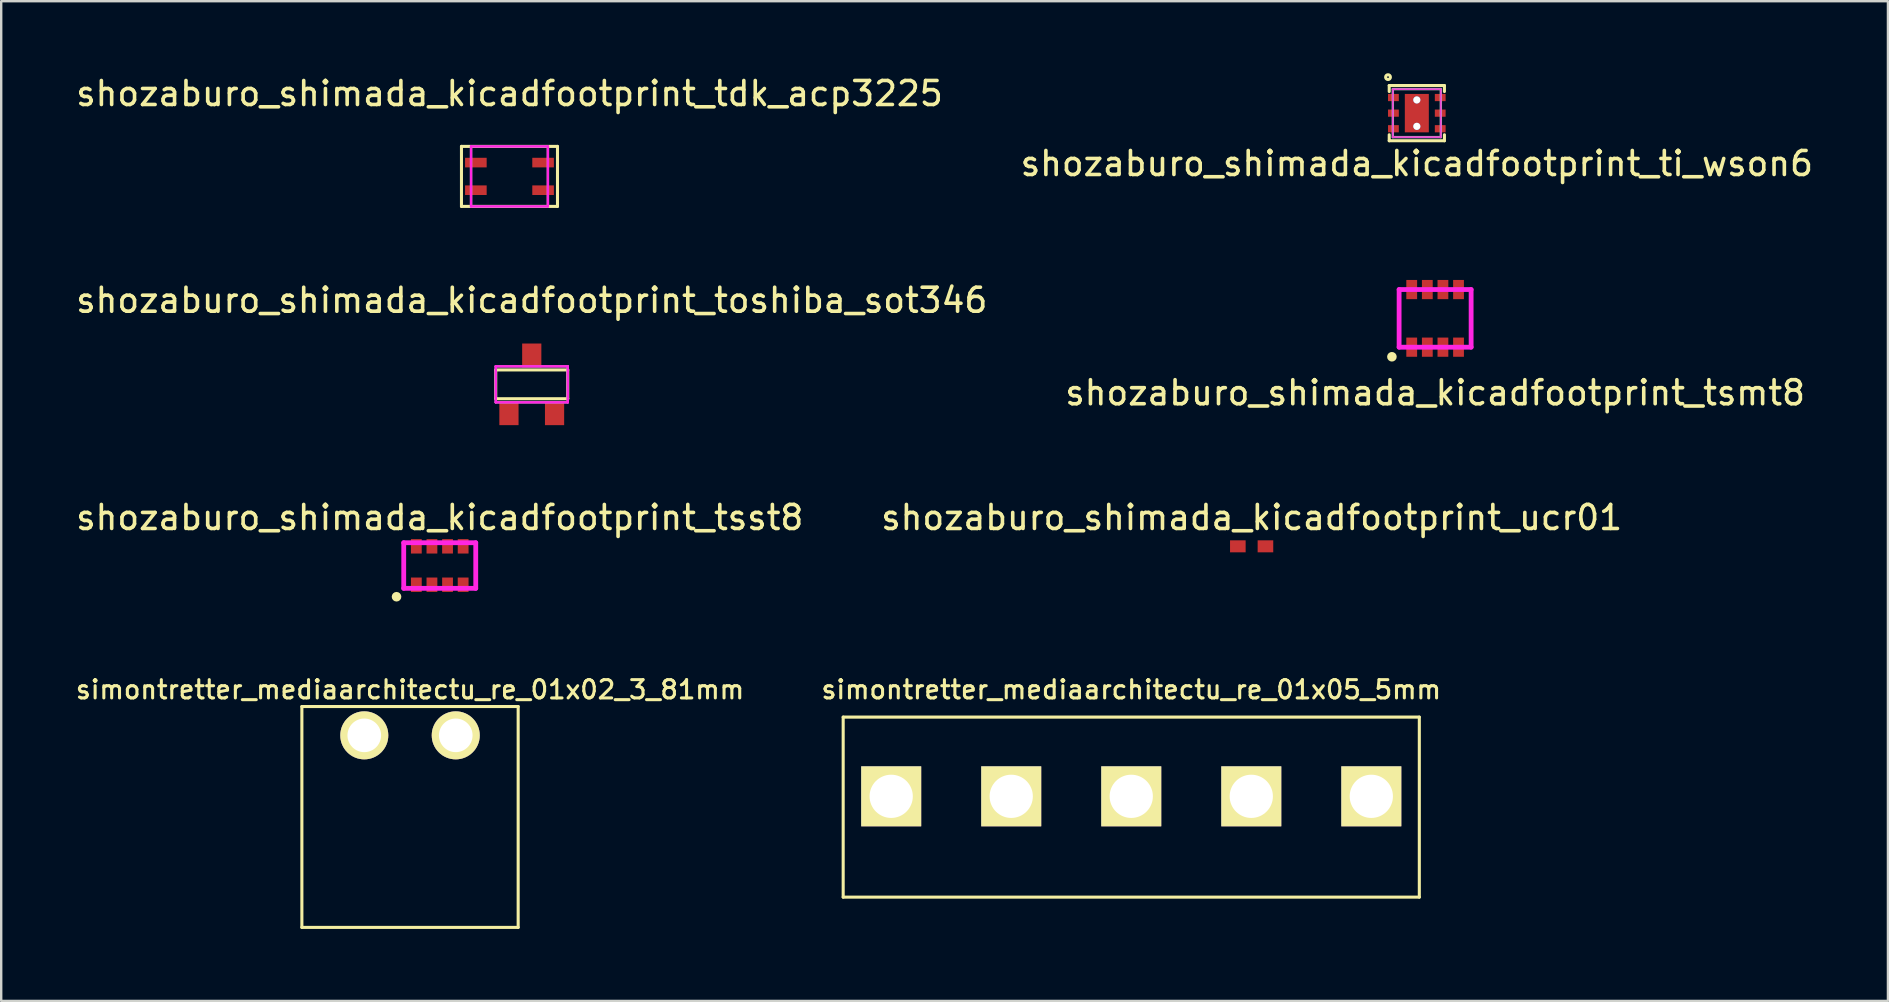
<source format=kicad_pcb>
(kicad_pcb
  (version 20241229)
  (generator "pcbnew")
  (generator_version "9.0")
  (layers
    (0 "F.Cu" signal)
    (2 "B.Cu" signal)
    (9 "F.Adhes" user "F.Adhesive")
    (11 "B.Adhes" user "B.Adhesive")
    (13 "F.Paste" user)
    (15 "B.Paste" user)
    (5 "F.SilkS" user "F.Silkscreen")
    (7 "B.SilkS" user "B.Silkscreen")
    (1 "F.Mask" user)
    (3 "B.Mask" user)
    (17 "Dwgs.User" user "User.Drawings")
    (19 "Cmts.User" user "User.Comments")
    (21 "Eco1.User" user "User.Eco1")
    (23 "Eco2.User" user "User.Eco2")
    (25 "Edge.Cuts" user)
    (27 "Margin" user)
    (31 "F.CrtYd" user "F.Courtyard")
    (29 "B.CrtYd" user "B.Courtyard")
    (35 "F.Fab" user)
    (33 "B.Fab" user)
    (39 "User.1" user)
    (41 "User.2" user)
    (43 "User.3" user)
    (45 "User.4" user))
  (footprint "shozaburo_shimada_kicadfootprint_tsst8"
    (layer "F.Cu")
    (at 15.268 20.508)
    (property "Reference" "shozaburo_shimada_kicadfootprint_tsst8" (at 0 -2 0) (layer "F.SilkS") (effects (font (size 1 1) (thickness 0.15))))
    (attr smd)
    (fp_circle (center -1.8 1.3) (end -1.8 1.4) (stroke (width 0.2) (type solid)) (fill no) (layer "F.SilkS"))
    (fp_line (start -1.5 -0.95) (end 1.5 -0.95) (stroke (width 0.2) (type solid)) (layer "F.CrtYd"))
    (fp_line (start -1.5 0.95) (end -1.5 -0.95) (stroke (width 0.2) (type solid)) (layer "F.CrtYd"))
    (fp_line (start 1.5 -0.95) (end 1.5 0.95) (stroke (width 0.2) (type solid)) (layer "F.CrtYd"))
    (fp_line (start 1.5 0.95) (end -1.5 0.95) (stroke (width 0.2) (type solid)) (layer "F.CrtYd"))
    (pad "1" smd rect (at -0.975 0.8) (size 0.45 0.6) (layers "F.Cu" "F.Mask" "F.Paste"))
    (pad "2" smd rect (at -0.325 0.8) (size 0.45 0.6) (layers "F.Cu" "F.Mask" "F.Paste"))
    (pad "3" smd rect (at 0.325 0.8) (size 0.45 0.6) (layers "F.Cu" "F.Mask" "F.Paste"))
    (pad "4" smd rect (at 0.975 0.8) (size 0.45 0.6) (layers "F.Cu" "F.Mask" "F.Paste"))
    (pad "5" smd rect (at 0.975 -0.8) (size 0.45 0.6) (layers "F.Cu" "F.Mask" "F.Paste"))
    (pad "6" smd rect (at 0.325 -0.8) (size 0.45 0.6) (layers "F.Cu" "F.Mask" "F.Paste"))
    (pad "7" smd rect (at -0.325 -0.8) (size 0.45 0.6) (layers "F.Cu" "F.Mask" "F.Paste"))
    (pad "8" smd rect (at -0.975 -0.8) (size 0.45 0.6) (layers "F.Cu" "F.Mask" "F.Paste")))
  (footprint "shozaburo_shimada_kicadfootprint_toshiba_sot346"
    (layer "F.Cu")
    (at 19.101 12.96)
    (property "Reference" "shozaburo_shimada_kicadfootprint_toshiba_sot346" (at 0 -3.5 0) (layer "F.SilkS") (effects (font (size 1 1) (thickness 0.15))))
    (attr through_hole)
    (fp_line (start -1.5 -0.6) (end 1.5 -0.6) (stroke (width 0.127) (type solid)) (layer "F.SilkS"))
    (fp_line (start -1.5 0.6) (end -1.5 -0.6) (stroke (width 0.127) (type solid)) (layer "F.SilkS"))
    (fp_line (start 1.5 -0.6) (end 1.5 0.6) (stroke (width 0.127) (type solid)) (layer "F.SilkS"))
    (fp_line (start 1.5 0.6) (end -1.5 0.6) (stroke (width 0.127) (type solid)) (layer "F.SilkS"))
    (fp_line (start -1.5 -0.75) (end 1.5 -0.75) (stroke (width 0.1) (type solid)) (layer "F.CrtYd"))
    (fp_line (start -1.5 0.75) (end -1.5 -0.75) (stroke (width 0.1) (type solid)) (layer "F.CrtYd"))
    (fp_line (start 1.5 -0.75) (end 1.5 0.75) (stroke (width 0.1) (type solid)) (layer "F.CrtYd"))
    (fp_line (start 1.5 0.75) (end -1.5 0.75) (stroke (width 0.1) (type solid)) (layer "F.CrtYd"))
    (fp_line (start -1.5 -0.75) (end 1.5 -0.75) (stroke (width 0.1) (type solid)) (layer "F.Fab"))
    (fp_line (start -1.5 0.75) (end -1.5 -0.75) (stroke (width 0.1) (type solid)) (layer "F.Fab"))
    (fp_line (start 1.5 -0.75) (end 1.5 0.75) (stroke (width 0.1) (type solid)) (layer "F.Fab"))
    (fp_line (start 1.5 0.75) (end -1.5 0.75) (stroke (width 0.1) (type solid)) (layer "F.Fab"))
    (pad "1" smd rect (at -0.95 1.2) (size 0.8 1) (layers "F.Cu" "F.Mask" "F.Paste"))
    (pad "2" smd rect (at 0.95 1.2) (size 0.8 1) (layers "F.Cu" "F.Mask" "F.Paste"))
    (pad "3" smd rect (at 0 -1.2) (size 0.8 1) (layers "F.Cu" "F.Mask" "F.Paste")))
  (footprint "shozaburo_shimada_kicadfootprint_tdk_acp3225"
    (layer "F.Cu")
    (at 18.173 4.298)
    (property "Reference" "shozaburo_shimada_kicadfootprint_tdk_acp3225" (at 0 -3.45 0) (layer "F.SilkS") (effects (font (size 1 1) (thickness 0.15))))
    (attr through_hole)
    (fp_line (start -2 -1.25) (end 2 -1.25) (stroke (width 0.127) (type solid)) (layer "F.SilkS"))
    (fp_line (start -2 1.25) (end -2 -1.25) (stroke (width 0.127) (type solid)) (layer "F.SilkS"))
    (fp_line (start 2 -1.25) (end 2 1.25) (stroke (width 0.127) (type solid)) (layer "F.SilkS"))
    (fp_line (start 2 1.25) (end -2 1.25) (stroke (width 0.127) (type solid)) (layer "F.SilkS"))
    (fp_line (start -1.6 -1.25) (end 1.6 -1.25) (stroke (width 0.1) (type solid)) (layer "F.CrtYd"))
    (fp_line (start -1.6 1.25) (end -1.6 -1.25) (stroke (width 0.1) (type solid)) (layer "F.CrtYd"))
    (fp_line (start 1.6 -1.25) (end 1.6 1.25) (stroke (width 0.1) (type solid)) (layer "F.CrtYd"))
    (fp_line (start 1.6 1.25) (end -1.6 1.25) (stroke (width 0.1) (type solid)) (layer "F.CrtYd"))
    (fp_line (start -1.6 -1.25) (end 1.6 -1.25) (stroke (width 0.1) (type solid)) (layer "F.Fab"))
    (fp_line (start -1.6 1.25) (end -1.6 -1.25) (stroke (width 0.1) (type solid)) (layer "F.Fab"))
    (fp_line (start 1.6 -1.25) (end 1.6 1.25) (stroke (width 0.1) (type solid)) (layer "F.Fab"))
    (fp_line (start 1.6 1.25) (end -1.6 1.25) (stroke (width 0.1) (type solid)) (layer "F.Fab"))
    (pad "1" smd rect (at -1.4 -0.575) (size 0.9 0.4) (layers "F.Cu" "F.Mask" "F.Paste"))
    (pad "2" smd rect (at -1.4 0.575) (size 0.9 0.4) (layers "F.Cu" "F.Mask" "F.Paste"))
    (pad "3" smd rect (at 1.4 0.575) (size 0.9 0.4) (layers "F.Cu" "F.Mask" "F.Paste"))
    (pad "4" smd rect (at 1.4 -0.575) (size 0.9 0.4) (layers "F.Cu" "F.Mask" "F.Paste")))
  (footprint "shozaburo_shimada_kicadfootprint_ti_wson6"
    (layer "F.Cu")
    (at 55.97 1.663)
    (property "Reference" "shozaburo_shimada_kicadfootprint_ti_wson6" (at 0 2.1 0) (layer "F.SilkS") (effects (font (size 1 1) (thickness 0.15))))
    (attr smd)
    (fp_line (start -1.15 -1.15) (end 1.15 -1.15) (stroke (width 0.127) (type solid)) (layer "F.SilkS"))
    (fp_line (start -1.15 -0.9) (end -1.15 -1.15) (stroke (width 0.127) (type solid)) (layer "F.SilkS"))
    (fp_line (start -1.15 1.15) (end -1.15 0.9) (stroke (width 0.127) (type solid)) (layer "F.SilkS"))
    (fp_line (start 1.15 -1.15) (end 1.15 -0.9) (stroke (width 0.127) (type solid)) (layer "F.SilkS"))
    (fp_line (start 1.15 0.9) (end 1.15 1.15) (stroke (width 0.127) (type solid)) (layer "F.SilkS"))
    (fp_line (start 1.15 1.15) (end -1.15 1.15) (stroke (width 0.127) (type solid)) (layer "F.SilkS"))
    (fp_circle (center -1.2 -1.5) (end -1.2 -1.4) (stroke (width 0.127) (type solid)) (fill no) (layer "F.SilkS"))
    (fp_line (start -1 -1) (end 1 -1) (stroke (width 0.05) (type solid)) (layer "F.CrtYd"))
    (fp_line (start -1 1) (end -1 -1) (stroke (width 0.05) (type solid)) (layer "F.CrtYd"))
    (fp_line (start 1 -1) (end 1 1) (stroke (width 0.05) (type solid)) (layer "F.CrtYd"))
    (fp_line (start 1 1) (end -1 1) (stroke (width 0.05) (type solid)) (layer "F.CrtYd"))
    (fp_line (start -1 -1) (end -1 1) (stroke (width 0.1) (type solid)) (layer "F.Fab"))
    (fp_line (start -1 1) (end 1 1) (stroke (width 0.1) (type solid)) (layer "F.Fab"))
    (fp_line (start 1 -1) (end -1 -1) (stroke (width 0.1) (type solid)) (layer "F.Fab"))
    (fp_line (start 1 1) (end 1 -1) (stroke (width 0.1) (type solid)) (layer "F.Fab"))
    (pad "1" smd rect (at -0.975 -0.65) (size 0.45 0.3) (layers "F.Cu" "F.Mask" "F.Paste"))
    (pad "2" smd rect (at -0.975 0) (size 0.45 0.3) (layers "F.Cu" "F.Mask" "F.Paste"))
    (pad "3" smd rect (at -0.975 0.65) (size 0.45 0.3) (layers "F.Cu" "F.Mask" "F.Paste"))
    (pad "4" smd rect (at 0.975 0.65) (size 0.45 0.3) (layers "F.Cu" "F.Mask" "F.Paste"))
    (pad "5" smd rect (at 0.975 0) (size 0.45 0.3) (layers "F.Cu" "F.Mask" "F.Paste"))
    (pad "6" smd rect (at 0.975 -0.65) (size 0.45 0.3) (layers "F.Cu" "F.Mask" "F.Paste"))
    (pad "7" thru_hole circle (at 0 -0.55) (size 0.3 0.3) (drill 0.3) (layers "*.Cu" "*.Mask"))
    (pad "7" smd rect (at 0 0) (size 1 1.6) (layers "F.Cu" "F.Mask" "F.Paste"))
    (pad "7" thru_hole circle (at 0 0.55) (size 0.3 0.3) (drill 0.3) (layers "*.Cu" "*.Mask")))
  (footprint "simontretter_mediaarchitectu_re_01x05_5mm"
    (layer "F.Cu")
    (at 44.074 30.122)
    (property "Reference" "simontretter_mediaarchitectu_re_01x05_5mm" (at 0 -4.445 180) (layer "F.SilkS") (effects (font (size 0.762 0.762) (thickness 0.127))))
    (attr through_hole)
    (fp_line (start -12 -3.3) (end 12 -3.3) (stroke (width 0.128) (type solid)) (layer "F.SilkS"))
    (fp_line (start -12 4.2) (end -12 -3.3) (stroke (width 0.128) (type solid)) (layer "F.SilkS"))
    (fp_line (start 12 -3.3) (end 12 4.2) (stroke (width 0.128) (type solid)) (layer "F.SilkS"))
    (fp_line (start 12 4.2) (end -12 4.2) (stroke (width 0.128) (type solid)) (layer "F.SilkS"))
    (pad "1" thru_hole rect (at -10 0) (size 2.499 2.499) (drill 1.801) (layers "*.Cu" "*.Mask" "F.SilkS"))
    (pad "2" thru_hole rect (at -5 0) (size 2.499 2.499) (drill 1.801) (layers "*.Cu" "*.Mask" "F.SilkS"))
    (pad "3" thru_hole rect (at 0 0) (size 2.499 2.499) (drill 1.801) (layers "*.Cu" "*.Mask" "F.SilkS"))
    (pad "4" thru_hole rect (at 5 0) (size 2.499 2.499) (drill 1.801) (layers "*.Cu" "*.Mask" "F.SilkS"))
    (pad "5" thru_hole rect (at 10 0) (size 2.499 2.499) (drill 1.801) (layers "*.Cu" "*.Mask" "F.SilkS")))
  (footprint "simontretter_mediaarchitectu_re_01x02_3_81mm"
    (layer "F.Cu")
    (at 14.03 27.582)
    (property "Reference" "simontretter_mediaarchitectu_re_01x02_3_81mm" (at 0 -1.905 180) (layer "F.SilkS") (effects (font (size 0.762 0.762) (thickness 0.127))))
    (attr through_hole)
    (fp_line (start -4.505 -1.2) (end 4.505 -1.2) (stroke (width 0.128) (type solid)) (layer "F.SilkS"))
    (fp_line (start -4.505 8) (end -4.505 -1.2) (stroke (width 0.128) (type solid)) (layer "F.SilkS"))
    (fp_line (start -4.505 8) (end 4.505 8) (stroke (width 0.128) (type solid)) (layer "F.SilkS"))
    (fp_line (start 4.505 -1.2) (end 4.505 8) (stroke (width 0.128) (type solid)) (layer "F.SilkS"))
    (pad "1" thru_hole circle (at -1.905 0) (size 2 2) (drill 1.4) (layers "*.Cu" "*.Mask" "F.SilkS"))
    (pad "2" thru_hole circle (at 1.905 0) (size 2 2) (drill 1.4) (layers "*.Cu" "*.Mask" "F.SilkS")))
  (footprint "shozaburo_shimada_kicadfootprint_ucr01"
    (layer "F.Cu")
    (at 49.089 19.708)
    (property "Reference" "shozaburo_shimada_kicadfootprint_ucr01" (at 0 -1.2 0) (layer "F.SilkS") (effects (font (size 1 1) (thickness 0.15))))
    (attr smd)
    (pad "1" smd rect (at -0.575 0) (size 0.65 0.5) (layers "F.Cu" "F.Mask" "F.Paste"))
    (pad "2" smd rect (at 0.575 0) (size 0.65 0.5) (layers "F.Cu" "F.Mask" "F.Paste")))
  (footprint "shozaburo_shimada_kicadfootprint_tsmt8"
    (layer "F.Cu")
    (at 56.732 10.212)
    (property "Reference" "shozaburo_shimada_kicadfootprint_tsmt8" (at 0 3.1 0) (layer "F.SilkS") (effects (font (size 1 1) (thickness 0.15))))
    (attr smd)
    (fp_circle (center -1.8 1.6) (end -1.8 1.5) (stroke (width 0.2) (type solid)) (fill no) (layer "F.SilkS"))
    (fp_line (start -1.5 -1.2) (end 1.5 -1.2) (stroke (width 0.2) (type solid)) (layer "F.CrtYd"))
    (fp_line (start -1.5 1.2) (end -1.5 -1.2) (stroke (width 0.2) (type solid)) (layer "F.CrtYd"))
    (fp_line (start 1.5 -1.2) (end 1.5 1.2) (stroke (width 0.2) (type solid)) (layer "F.CrtYd"))
    (fp_line (start 1.5 1.2) (end -1.5 1.2) (stroke (width 0.2) (type solid)) (layer "F.CrtYd"))
    (pad "1" smd rect (at -0.975 1.2) (size 0.45 0.8) (layers "F.Cu" "F.Mask" "F.Paste"))
    (pad "2" smd rect (at -0.325 1.2) (size 0.45 0.8) (layers "F.Cu" "F.Mask" "F.Paste"))
    (pad "3" smd rect (at 0.325 1.2) (size 0.45 0.8) (layers "F.Cu" "F.Mask" "F.Paste"))
    (pad "4" smd rect (at 0.975 1.2) (size 0.45 0.8) (layers "F.Cu" "F.Mask" "F.Paste"))
    (pad "5" smd rect (at 0.975 -1.2) (size 0.45 0.8) (layers "F.Cu" "F.Mask" "F.Paste"))
    (pad "6" smd rect (at 0.325 -1.2) (size 0.45 0.8) (layers "F.Cu" "F.Mask" "F.Paste"))
    (pad "7" smd rect (at -0.325 -1.2) (size 0.45 0.8) (layers "F.Cu" "F.Mask" "F.Paste"))
    (pad "8" smd rect (at -0.975 -1.2) (size 0.45 0.8) (layers "F.Cu" "F.Mask" "F.Paste")))
  (gr_rect
    (start -3 -3)
    (end 75.595 38.646)
    (stroke (width 0.1) (type default))
    (fill no)
    (layer "Edge.Cuts")))
</source>
